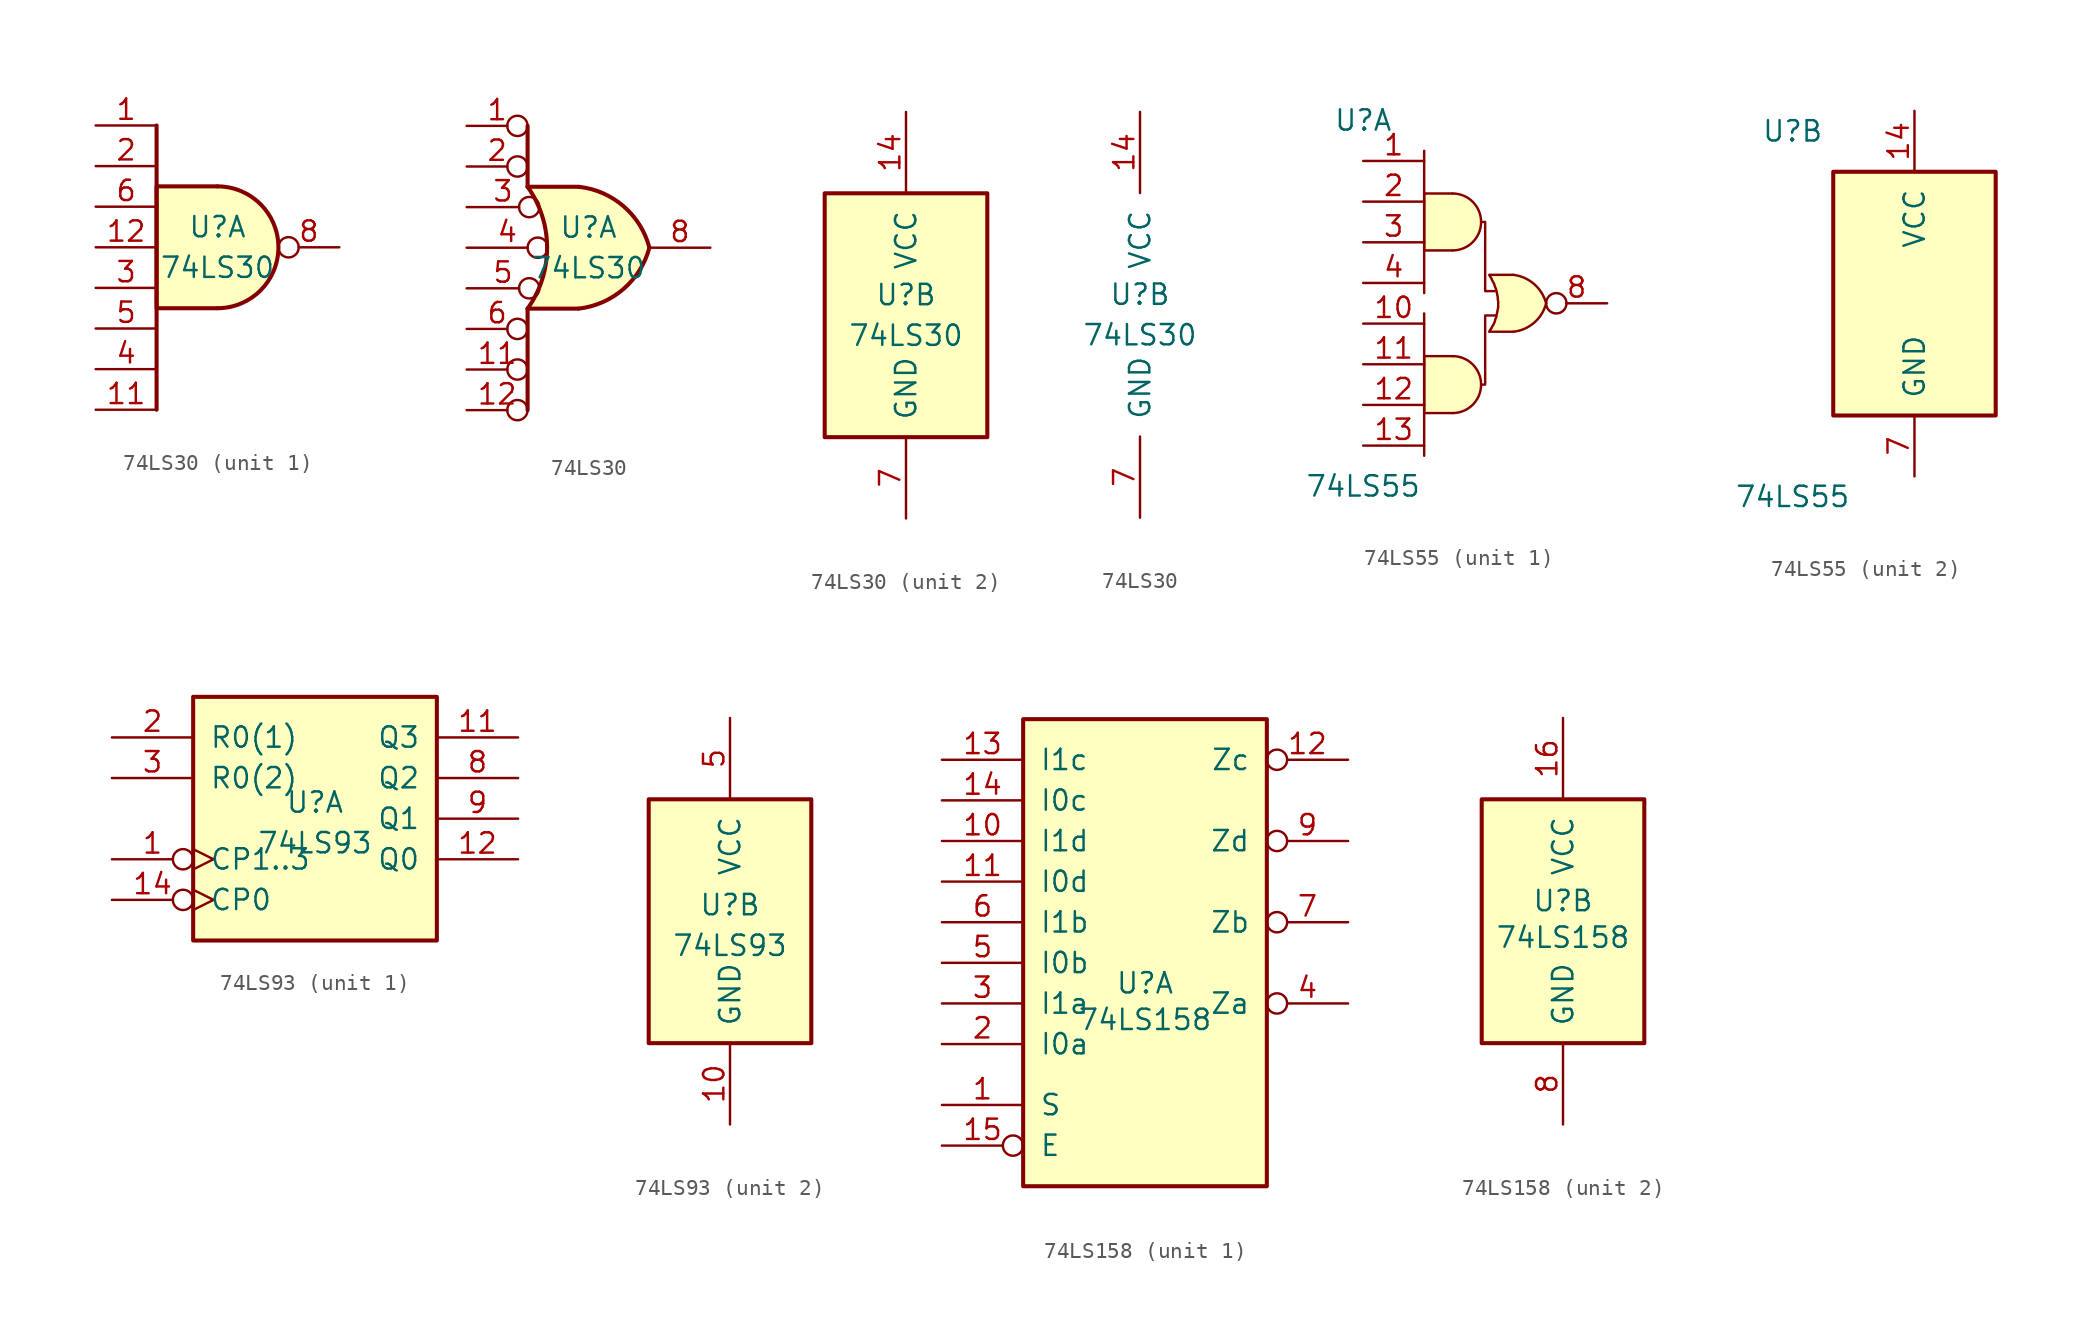
<source format=kicad_sym>
(kicad_symbol_lib
  (version 20220914)
  (generator kicad_symbol_editor)
  (symbol "74LS30"
    (pin_names
      (offset 1.016))
    (property "Reference" "U"
      (at 0 1.27 0)
      (effects (font (size 1.27 1.27))))
    (property "Value" "74LS30"
      (at 0 -1.27 0)
      (effects (font (size 1.27 1.27))))
    (property "ki_locked" ""
      (at 0 0 0)
      (effects (font (size 1.27 1.27))))
    (symbol "74LS30_1_1"
      (arc (start 0 -3.81) (mid 3.7934 0) (end 0 3.81) (stroke (width 0.254) (type default)) (fill (type background)))
      (polyline (pts (xy -3.81 7.62) (xy -3.81 -10.16)) (stroke (width 0.254) (type default)) (fill (type none)))
      (polyline (pts (xy 0 3.81) (xy -3.81 3.81) (xy -3.81 -3.81) (xy 0 -3.81)) (stroke (width 0.254) (type default)) (fill (type background)))
      (pin input line (at -7.62 7.62 0) (length 3.81) (name "~" (effects (font (size 1.27 1.27)))) (number "1" (effects (font (size 1.27 1.27)))))
      (pin no_connect non_logic (at -3.302 -0.508 0) (length 1) hide (name "" (effects (font (size 1.27 1.27)))) (number "10" (effects (font (size 1.27 1.27)))))
      (pin input line (at -7.62 -10.16 0) (length 3.81) (name "~" (effects (font (size 1.27 1.27)))) (number "11" (effects (font (size 1.27 1.27)))))
      (pin input line (at -7.62 0 0) (length 3.81) (name "~" (effects (font (size 1.27 1.27)))) (number "12" (effects (font (size 1.27 1.27)))))
      (pin no_connect non_logic (at -3.302 -3.048 0) (length 1) hide (name "" (effects (font (size 1.27 1.27)))) (number "13" (effects (font (size 1.27 1.27)))))
      (pin input line (at -7.62 5.08 0) (length 3.81) (name "~" (effects (font (size 1.27 1.27)))) (number "2" (effects (font (size 1.27 1.27)))))
      (pin input line (at -7.62 -2.54 0) (length 3.81) (name "~" (effects (font (size 1.27 1.27)))) (number "3" (effects (font (size 1.27 1.27)))))
      (pin input line (at -7.62 -7.62 0) (length 3.81) (name "~" (effects (font (size 1.27 1.27)))) (number "4" (effects (font (size 1.27 1.27)))))
      (pin input line (at -7.62 -5.08 0) (length 3.81) (name "~" (effects (font (size 1.27 1.27)))) (number "5" (effects (font (size 1.27 1.27)))))
      (pin input line (at -7.62 2.54 0) (length 3.81) (name "~" (effects (font (size 1.27 1.27)))) (number "6" (effects (font (size 1.27 1.27)))))
      (pin output inverted (at 7.62 0 180) (length 3.81) (name "~" (effects (font (size 1.27 1.27)))) (number "8" (effects (font (size 1.27 1.27)))))
      (pin no_connect non_logic (at -3.302 1.778 0) (length 1) hide (name "" (effects (font (size 1.27 1.27)))) (number "9" (effects (font (size 1.27 1.27))))))
    (symbol "74LS30_1_2"
      (arc (start -3.81 -3.81) (mid -2.589 0) (end -3.81 3.81) (stroke (width 0.254) (type default)) (fill (type none)))
      (arc (start -0.6096 -3.81) (mid 2.1842 -2.5851) (end 3.81 0) (stroke (width 0.254) (type default)) (fill (type background)))
      (polyline (pts (xy -3.81 -3.81) (xy -3.81 -10.16)) (stroke (width 0.254) (type default)) (fill (type none)))
      (polyline (pts (xy -3.81 -3.81) (xy -0.635 -3.81)) (stroke (width 0.254) (type default)) (fill (type background)))
      (polyline (pts (xy -3.81 3.81) (xy -0.635 3.81)) (stroke (width 0.254) (type default)) (fill (type background)))
      (polyline (pts (xy -3.81 7.62) (xy -3.81 3.81)) (stroke (width 0.254) (type default)) (fill (type none)))
      (polyline (pts (xy -0.635 3.81) (xy -3.81 3.81) (xy -3.81 3.81) (xy -3.556 3.404) (xy -3.023 2.261) (xy -2.692 1.041) (xy -2.616 -0.254) (xy -2.769 -1.499) (xy -3.175 -2.718) (xy -3.81 -3.81) (xy -3.81 -3.81) (xy -0.635 -3.81)) (stroke (width -25.4) (type default)) (fill (type background)))
      (arc (start 3.81 0) (mid 2.1915 2.5936) (end -0.6096 3.81) (stroke (width 0.254) (type default)) (fill (type background)))
      (pin input inverted (at -7.62 7.62 0) (length 3.81) (name "~" (effects (font (size 1.27 1.27)))) (number "1" (effects (font (size 1.27 1.27)))))
      (pin input inverted (at -7.62 -7.62 0) (length 3.81) (name "~" (effects (font (size 1.27 1.27)))) (number "11" (effects (font (size 1.27 1.27)))))
      (pin input inverted (at -7.62 -10.16 0) (length 3.81) (name "~" (effects (font (size 1.27 1.27)))) (number "12" (effects (font (size 1.27 1.27)))))
      (pin input inverted (at -7.62 5.08 0) (length 3.81) (name "~" (effects (font (size 1.27 1.27)))) (number "2" (effects (font (size 1.27 1.27)))))
      (pin input inverted (at -7.62 2.54 0) (length 4.547) (name "~" (effects (font (size 1.27 1.27)))) (number "3" (effects (font (size 1.27 1.27)))))
      (pin input inverted (at -7.62 0 0) (length 5.08) (name "~" (effects (font (size 1.27 1.27)))) (number "4" (effects (font (size 1.27 1.27)))))
      (pin input inverted (at -7.62 -2.54 0) (length 4.547) (name "~" (effects (font (size 1.27 1.27)))) (number "5" (effects (font (size 1.27 1.27)))))
      (pin input inverted (at -7.62 -5.08 0) (length 3.81) (name "~" (effects (font (size 1.27 1.27)))) (number "6" (effects (font (size 1.27 1.27)))))
      (pin output line (at 7.62 0 180) (length 3.81) (name "~" (effects (font (size 1.27 1.27)))) (number "8" (effects (font (size 1.27 1.27))))))
    (symbol "74LS30_2_0"
      (pin power_in line (at 0 12.7 270) (length 5.08) (name "VCC" (effects (font (size 1.27 1.27)))) (number "14" (effects (font (size 1.27 1.27)))))
      (pin power_in line (at 0 -12.7 90) (length 5.08) (name "GND" (effects (font (size 1.27 1.27)))) (number "7" (effects (font (size 1.27 1.27))))))
    (symbol "74LS30_2_1"
      (rectangle (start -5.08 7.62) (end 5.08 -7.62) (stroke (width 0.254) (type default)) (fill (type background)))))
  (symbol "74LS55"
    (pin_names
      (offset 1.016))
    (property "Reference" "U"
      (at -7.62 10.16 0)
      (effects (font (size 1.27 1.27))))
    (property "Value" "74LS55"
      (at -7.62 -12.7 0)
      (effects (font (size 1.27 1.27))))
    (property "ki_locked" ""
      (at 0 0 0)
      (effects (font (size 1.27 1.27))))
    (symbol "74LS55_1_0"
      (arc (start -2.032 -8.128) (mid -0.2617 -6.35) (end -2.032 -4.572) (stroke (width 0) (type default)) (fill (type background)))
      (arc (start -2.032 2.032) (mid -0.2617 3.81) (end -2.032 5.588) (stroke (width 0) (type default)) (fill (type background)))
      (polyline (pts (xy -3.81 -1.905) (xy -3.81 -10.795)) (stroke (width 0) (type default)) (fill (type none)))
      (polyline (pts (xy -3.81 8.255) (xy -3.81 -0.635)) (stroke (width 0) (type default)) (fill (type none)))
      (polyline (pts (xy -2.032 -4.572) (xy -3.81 -4.572) (xy -3.81 -8.128) (xy -2.032 -8.128)) (stroke (width 0) (type default)) (fill (type background)))
      (polyline (pts (xy -2.032 5.588) (xy -3.81 5.588) (xy -3.81 2.032) (xy -2.032 2.032)) (stroke (width 0) (type default)) (fill (type background)))
      (polyline (pts (xy -0.254 3.81) (xy 0 3.81) (xy 0 -0.508) (xy 0.635 -0.508)) (stroke (width 0) (type default)) (fill (type none)))
      (polyline (pts (xy 0.635 -2.032) (xy 0 -2.032) (xy 0 -6.35) (xy -0.254 -6.35)) (stroke (width 0) (type default)) (fill (type none)))
      (polyline (pts (xy 1.753 0.508) (xy 0.254 0.508) (xy 0.254 0.508) (xy 0.305 0.406) (xy 0.381 0.305) (xy 0.432 0.178) (xy 0.483 0.076) (xy 0.559 -0.051) (xy 0.584 -0.152) (xy 0.635 -0.279) (xy 0.686 -0.406) (xy 0.711 -0.508) (xy 0.737 -0.635) (xy 0.762 -0.762) (xy 0.787 -0.889) (xy 0.787 -1.016) (xy 0.813 -1.143) (xy 0.813 -1.27) (xy 0.813 -1.397) (xy 0.813 -1.524) (xy 0.787 -1.651) (xy 0.762 -1.778) (xy 0.737 -1.905) (xy 0.711 -2.032) (xy 0.686 -2.159) (xy 0.635 -2.261) (xy 0.61 -2.388) (xy 0.559 -2.515) (xy 0.508 -2.616) (xy 0.432 -2.743) (xy 0.381 -2.845) (xy 0.305 -2.946) (xy 0.254 -3.048) (xy 0.254 -3.048) (xy 1.753 -3.048)) (stroke (width 0.152) (type default)) (fill (type background)))
      (arc (start 1.7526 -3.048) (mid 3.0627 -2.4821) (end 3.81 -1.27) (stroke (width 0.1524) (type default)) (fill (type background)))
      (arc (start 3.81 -1.27) (mid 3.0558 -0.0659) (end 1.7526 0.508) (stroke (width 0.1524) (type default)) (fill (type background)))
      (pin input line (at -7.62 7.62 0) (length 3.81) (name "~" (effects (font (size 1.27 1.27)))) (number "1" (effects (font (size 1.27 1.27)))))
      (pin input line (at -7.62 -2.54 0) (length 3.81) (name "~" (effects (font (size 1.27 1.27)))) (number "10" (effects (font (size 1.27 1.27)))))
      (pin input line (at -7.62 -5.08 0) (length 3.81) (name "~" (effects (font (size 1.27 1.27)))) (number "11" (effects (font (size 1.27 1.27)))))
      (pin input line (at -7.62 -7.62 0) (length 3.81) (name "~" (effects (font (size 1.27 1.27)))) (number "12" (effects (font (size 1.27 1.27)))))
      (pin input line (at -7.62 -10.16 0) (length 3.81) (name "~" (effects (font (size 1.27 1.27)))) (number "13" (effects (font (size 1.27 1.27)))))
      (pin input line (at -7.62 5.08 0) (length 3.81) (name "~" (effects (font (size 1.27 1.27)))) (number "2" (effects (font (size 1.27 1.27)))))
      (pin input line (at -7.62 2.54 0) (length 3.81) (name "~" (effects (font (size 1.27 1.27)))) (number "3" (effects (font (size 1.27 1.27)))))
      (pin input line (at -7.62 0 0) (length 3.81) (name "~" (effects (font (size 1.27 1.27)))) (number "4" (effects (font (size 1.27 1.27)))))
      (pin no_connect non_logic (at -3.302 4.318 0) (length 1) hide (name "~" (effects (font (size 1.27 1.27)))) (number "5" (effects (font (size 1.27 1.27)))))
      (pin no_connect non_logic (at -3.302 3.048 0) (length 1) hide (name "~" (effects (font (size 1.27 1.27)))) (number "6" (effects (font (size 1.27 1.27)))))
      (pin output inverted (at 7.62 -1.27 180) (length 3.81) (name "~" (effects (font (size 1.27 1.27)))) (number "8" (effects (font (size 1.27 1.27)))))
      (pin no_connect non_logic (at -3.302 -6.604 0) (length 1) hide (name "~" (effects (font (size 1.27 1.27)))) (number "9" (effects (font (size 1.27 1.27))))))
    (symbol "74LS55_2_0"
      (pin power_in line (at 0 11.43 270) (length 3.81) (name "VCC" (effects (font (size 1.27 1.27)))) (number "14" (effects (font (size 1.27 1.27)))))
      (pin power_in line (at 0 -11.43 90) (length 3.81) (name "GND" (effects (font (size 1.27 1.27)))) (number "7" (effects (font (size 1.27 1.27))))))
    (symbol "74LS55_2_1"
      (rectangle (start -5.08 7.62) (end 5.08 -7.62) (stroke (width 0.254) (type default)) (fill (type background)))))
  (symbol "74LS93"
    (pin_names
      (offset 1.016))
    (property "Reference" "U"
      (at 0 1.016 0)
      (effects (font (size 1.27 1.27))))
    (property "Value" "74LS93"
      (at 0 -1.524 0)
      (effects (font (size 1.27 1.27))))
    (property "ki_locked" ""
      (at 0 0 0)
      (effects (font (size 1.27 1.27))))
    (symbol "74LS93_1_0"
      (pin input inverted_clock (at -12.7 -2.54 0) (length 5.08) (name "CP1..3" (effects (font (size 1.27 1.27)))) (number "1" (effects (font (size 1.27 1.27)))))
      (pin output line (at 12.7 5.08 180) (length 5.08) (name "Q3" (effects (font (size 1.27 1.27)))) (number "11" (effects (font (size 1.27 1.27)))))
      (pin output line (at 12.7 -2.54 180) (length 5.08) (name "Q0" (effects (font (size 1.27 1.27)))) (number "12" (effects (font (size 1.27 1.27)))))
      (pin no_connect line (at -7.112 -6.604 0) (length 1) hide (name "" (effects (font (size 1.27 1.27)))) (number "13" (effects (font (size 1.27 1.27)))))
      (pin input inverted_clock (at -12.7 -5.08 0) (length 5.08) (name "CP0" (effects (font (size 1.27 1.27)))) (number "14" (effects (font (size 1.27 1.27)))))
      (pin input line (at -12.7 5.08 0) (length 5.08) (name "R0(1)" (effects (font (size 1.27 1.27)))) (number "2" (effects (font (size 1.27 1.27)))))
      (pin input line (at -12.7 2.54 0) (length 5.08) (name "R0(2)" (effects (font (size 1.27 1.27)))) (number "3" (effects (font (size 1.27 1.27)))))
      (pin no_connect non_logic (at 7.112 -5.08 180) (length 1) hide (name "" (effects (font (size 1.27 1.27)))) (number "4" (effects (font (size 1.27 1.27)))))
      (pin no_connect line (at 7.112 -6.604 180) (length 1) hide (name "" (effects (font (size 1.27 1.27)))) (number "6" (effects (font (size 1.27 1.27)))))
      (pin no_connect line (at -7.112 0 0) (length 1) hide (name "" (effects (font (size 1.27 1.27)))) (number "7" (effects (font (size 1.27 1.27)))))
      (pin output line (at 12.7 2.54 180) (length 5.08) (name "Q2" (effects (font (size 1.27 1.27)))) (number "8" (effects (font (size 1.27 1.27)))))
      (pin output line (at 12.7 0 180) (length 5.08) (name "Q1" (effects (font (size 1.27 1.27)))) (number "9" (effects (font (size 1.27 1.27))))))
    (symbol "74LS93_1_1"
      (rectangle (start -7.62 7.62) (end 7.62 -7.62) (stroke (width 0.254) (type default)) (fill (type background))))
    (symbol "74LS93_2_0"
      (pin power_in line (at 0 -12.7 90) (length 5.08) (name "GND" (effects (font (size 1.27 1.27)))) (number "10" (effects (font (size 1.27 1.27)))))
      (pin power_in line (at 0 12.7 270) (length 5.08) (name "VCC" (effects (font (size 1.27 1.27)))) (number "5" (effects (font (size 1.27 1.27))))))
    (symbol "74LS93_2_1"
      (rectangle (start -5.08 7.62) (end 5.08 -7.62) (stroke (width 0.254) (type default)) (fill (type background)))))
  (symbol "74LS158"
    (pin_names
      (offset 1.016))
    (property "Reference" "U"
      (at 0 1.27 0)
      (effects (font (size 1.27 1.27))))
    (property "Value" "74LS158"
      (at 0 -1.016 0)
      (effects (font (size 1.27 1.27))))
    (property "ki_locked" ""
      (at 0 0 0)
      (effects (font (size 1.27 1.27))))
    (symbol "74LS158_1_0"
      (pin input line (at -12.7 -6.35 0) (length 5.08) (name "S" (effects (font (size 1.27 1.27)))) (number "1" (effects (font (size 1.27 1.27)))))
      (pin input line (at -12.7 10.16 0) (length 5.08) (name "I1d" (effects (font (size 1.27 1.27)))) (number "10" (effects (font (size 1.27 1.27)))))
      (pin input line (at -12.7 7.62 0) (length 5.08) (name "I0d" (effects (font (size 1.27 1.27)))) (number "11" (effects (font (size 1.27 1.27)))))
      (pin output inverted (at 12.7 15.24 180) (length 5.08) (name "Zc" (effects (font (size 1.27 1.27)))) (number "12" (effects (font (size 1.27 1.27)))))
      (pin input line (at -12.7 15.24 0) (length 5.08) (name "I1c" (effects (font (size 1.27 1.27)))) (number "13" (effects (font (size 1.27 1.27)))))
      (pin input line (at -12.7 12.7 0) (length 5.08) (name "I0c" (effects (font (size 1.27 1.27)))) (number "14" (effects (font (size 1.27 1.27)))))
      (pin input inverted (at -12.7 -8.89 0) (length 5.08) (name "E" (effects (font (size 1.27 1.27)))) (number "15" (effects (font (size 1.27 1.27)))))
      (pin input line (at -12.7 -2.54 0) (length 5.08) (name "I0a" (effects (font (size 1.27 1.27)))) (number "2" (effects (font (size 1.27 1.27)))))
      (pin input line (at -12.7 0 0) (length 5.08) (name "I1a" (effects (font (size 1.27 1.27)))) (number "3" (effects (font (size 1.27 1.27)))))
      (pin output inverted (at 12.7 0 180) (length 5.08) (name "Za" (effects (font (size 1.27 1.27)))) (number "4" (effects (font (size 1.27 1.27)))))
      (pin input line (at -12.7 2.54 0) (length 5.08) (name "I0b" (effects (font (size 1.27 1.27)))) (number "5" (effects (font (size 1.27 1.27)))))
      (pin input line (at -12.7 5.08 0) (length 5.08) (name "I1b" (effects (font (size 1.27 1.27)))) (number "6" (effects (font (size 1.27 1.27)))))
      (pin output inverted (at 12.7 5.08 180) (length 5.08) (name "Zb" (effects (font (size 1.27 1.27)))) (number "7" (effects (font (size 1.27 1.27)))))
      (pin output inverted (at 12.7 10.16 180) (length 5.08) (name "Zd" (effects (font (size 1.27 1.27)))) (number "9" (effects (font (size 1.27 1.27))))))
    (symbol "74LS158_1_1"
      (rectangle (start -7.62 17.78) (end 7.62 -11.43) (stroke (width 0.254) (type default)) (fill (type background))))
    (symbol "74LS158_2_0"
      (pin power_in line (at 0 12.7 270) (length 5.08) (name "VCC" (effects (font (size 1.27 1.27)))) (number "16" (effects (font (size 1.27 1.27)))))
      (pin power_in line (at 0 -12.7 90) (length 5.08) (name "GND" (effects (font (size 1.27 1.27)))) (number "8" (effects (font (size 1.27 1.27))))))
    (symbol "74LS158_2_1"
      (rectangle (start -5.08 7.62) (end 5.08 -7.62) (stroke (width 0.254) (type default)) (fill (type background))))))
</source>
